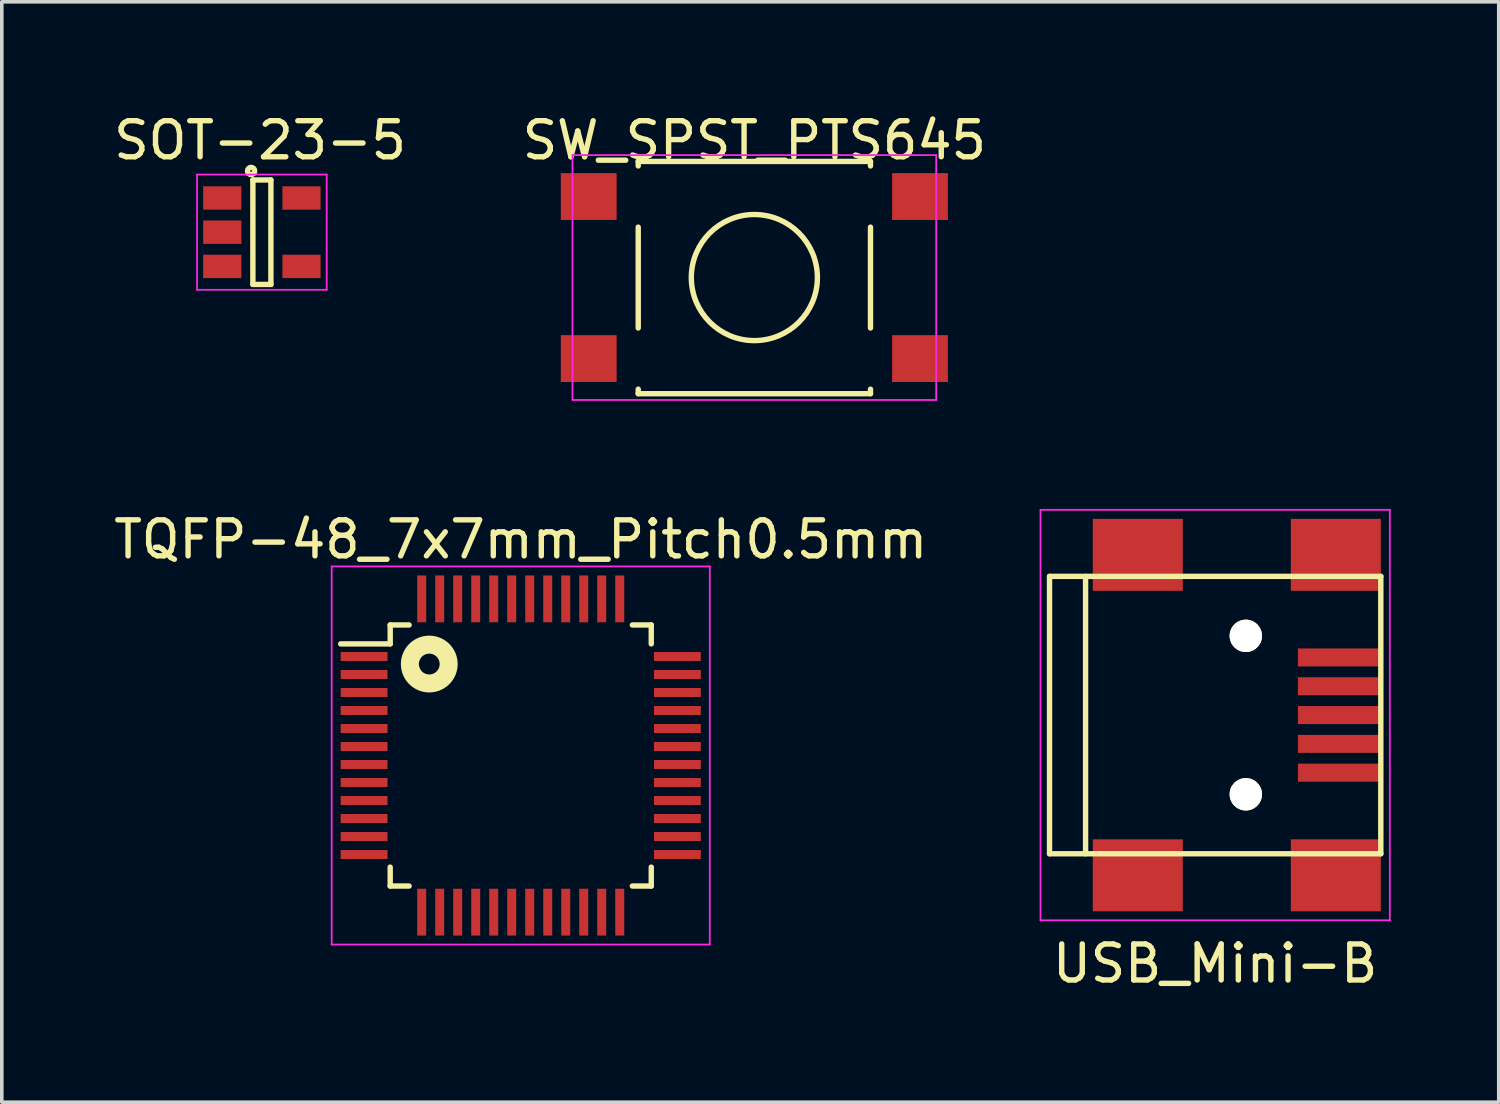
<source format=kicad_pcb>
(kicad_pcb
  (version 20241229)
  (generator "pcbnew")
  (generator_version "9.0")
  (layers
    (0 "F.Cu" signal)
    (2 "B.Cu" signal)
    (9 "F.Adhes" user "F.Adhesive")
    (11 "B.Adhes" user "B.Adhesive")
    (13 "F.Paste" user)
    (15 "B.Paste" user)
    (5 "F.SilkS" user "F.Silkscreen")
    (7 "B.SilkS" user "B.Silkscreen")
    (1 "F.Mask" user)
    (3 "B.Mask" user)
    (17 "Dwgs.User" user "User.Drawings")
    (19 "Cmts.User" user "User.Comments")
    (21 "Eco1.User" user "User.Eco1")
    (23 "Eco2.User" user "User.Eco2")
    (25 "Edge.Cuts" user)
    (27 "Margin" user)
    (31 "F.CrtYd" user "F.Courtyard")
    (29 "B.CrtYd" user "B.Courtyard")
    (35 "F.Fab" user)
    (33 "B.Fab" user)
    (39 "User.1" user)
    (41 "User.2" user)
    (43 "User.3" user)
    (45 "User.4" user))
  (footprint "TQFP-48_7x7mm_Pitch0.5mm"
    (layer "F.Cu")
    (at 11.411 17.931)
    (property "Reference" "TQFP-48_7x7mm_Pitch0.5mm" (at 0 -6 0) (layer "F.SilkS") (effects (font (size 1 1) (thickness 0.15))))
    (attr smd)
    (fp_line (start -3.625 -3.625) (end -3.625 -3.1) (stroke (width 0.15) (type solid)) (layer "F.SilkS"))
    (fp_line (start -3.625 -3.625) (end -3.1 -3.625) (stroke (width 0.15) (type solid)) (layer "F.SilkS"))
    (fp_line (start -3.625 -3.1) (end -5 -3.1) (stroke (width 0.15) (type solid)) (layer "F.SilkS"))
    (fp_line (start -3.625 3.625) (end -3.625 3.1) (stroke (width 0.15) (type solid)) (layer "F.SilkS"))
    (fp_line (start -3.625 3.625) (end -3.1 3.625) (stroke (width 0.15) (type solid)) (layer "F.SilkS"))
    (fp_line (start 3.625 -3.625) (end 3.1 -3.625) (stroke (width 0.15) (type solid)) (layer "F.SilkS"))
    (fp_line (start 3.625 -3.625) (end 3.625 -3.1) (stroke (width 0.15) (type solid)) (layer "F.SilkS"))
    (fp_line (start 3.625 3.625) (end 3.1 3.625) (stroke (width 0.15) (type solid)) (layer "F.SilkS"))
    (fp_line (start 3.625 3.625) (end 3.625 3.1) (stroke (width 0.15) (type solid)) (layer "F.SilkS"))
    (fp_circle (center -2.54 -2.54) (end -2.159 -2.159) (stroke (width 0.5) (type solid)) (fill no) (layer "F.SilkS"))
    (fp_line (start -5.25 -5.25) (end -5.25 5.25) (stroke (width 0.05) (type solid)) (layer "F.CrtYd"))
    (fp_line (start -5.25 -5.25) (end 5.25 -5.25) (stroke (width 0.05) (type solid)) (layer "F.CrtYd"))
    (fp_line (start -5.25 5.25) (end 5.25 5.25) (stroke (width 0.05) (type solid)) (layer "F.CrtYd"))
    (fp_line (start 5.25 -5.25) (end 5.25 5.25) (stroke (width 0.05) (type solid)) (layer "F.CrtYd"))
    (pad "1" smd rect (at -4.35 -2.75) (size 1.3 0.25) (layers "F.Cu" "F.Mask" "F.Paste"))
    (pad "2" smd rect (at -4.35 -2.25) (size 1.3 0.25) (layers "F.Cu" "F.Mask" "F.Paste"))
    (pad "3" smd rect (at -4.35 -1.75) (size 1.3 0.25) (layers "F.Cu" "F.Mask" "F.Paste"))
    (pad "4" smd rect (at -4.35 -1.25) (size 1.3 0.25) (layers "F.Cu" "F.Mask" "F.Paste"))
    (pad "5" smd rect (at -4.35 -0.75) (size 1.3 0.25) (layers "F.Cu" "F.Mask" "F.Paste"))
    (pad "6" smd rect (at -4.35 -0.25) (size 1.3 0.25) (layers "F.Cu" "F.Mask" "F.Paste"))
    (pad "7" smd rect (at -4.35 0.25) (size 1.3 0.25) (layers "F.Cu" "F.Mask" "F.Paste"))
    (pad "8" smd rect (at -4.35 0.75) (size 1.3 0.25) (layers "F.Cu" "F.Mask" "F.Paste"))
    (pad "9" smd rect (at -4.35 1.25) (size 1.3 0.25) (layers "F.Cu" "F.Mask" "F.Paste"))
    (pad "10" smd rect (at -4.35 1.75) (size 1.3 0.25) (layers "F.Cu" "F.Mask" "F.Paste"))
    (pad "11" smd rect (at -4.35 2.25) (size 1.3 0.25) (layers "F.Cu" "F.Mask" "F.Paste"))
    (pad "12" smd rect (at -4.35 2.75) (size 1.3 0.25) (layers "F.Cu" "F.Mask" "F.Paste"))
    (pad "13" smd rect (at -2.75 4.35 90) (size 1.3 0.25) (layers "F.Cu" "F.Mask" "F.Paste"))
    (pad "14" smd rect (at -2.25 4.35 90) (size 1.3 0.25) (layers "F.Cu" "F.Mask" "F.Paste"))
    (pad "15" smd rect (at -1.75 4.35 90) (size 1.3 0.25) (layers "F.Cu" "F.Mask" "F.Paste"))
    (pad "16" smd rect (at -1.25 4.35 90) (size 1.3 0.25) (layers "F.Cu" "F.Mask" "F.Paste"))
    (pad "17" smd rect (at -0.75 4.35 90) (size 1.3 0.25) (layers "F.Cu" "F.Mask" "F.Paste"))
    (pad "18" smd rect (at -0.25 4.35 90) (size 1.3 0.25) (layers "F.Cu" "F.Mask" "F.Paste"))
    (pad "19" smd rect (at 0.25 4.35 90) (size 1.3 0.25) (layers "F.Cu" "F.Mask" "F.Paste"))
    (pad "20" smd rect (at 0.75 4.35 90) (size 1.3 0.25) (layers "F.Cu" "F.Mask" "F.Paste"))
    (pad "21" smd rect (at 1.25 4.35 90) (size 1.3 0.25) (layers "F.Cu" "F.Mask" "F.Paste"))
    (pad "22" smd rect (at 1.75 4.35 90) (size 1.3 0.25) (layers "F.Cu" "F.Mask" "F.Paste"))
    (pad "23" smd rect (at 2.25 4.35 90) (size 1.3 0.25) (layers "F.Cu" "F.Mask" "F.Paste"))
    (pad "24" smd rect (at 2.75 4.35 90) (size 1.3 0.25) (layers "F.Cu" "F.Mask" "F.Paste"))
    (pad "25" smd rect (at 4.35 2.75) (size 1.3 0.25) (layers "F.Cu" "F.Mask" "F.Paste"))
    (pad "26" smd rect (at 4.35 2.25) (size 1.3 0.25) (layers "F.Cu" "F.Mask" "F.Paste"))
    (pad "27" smd rect (at 4.35 1.75) (size 1.3 0.25) (layers "F.Cu" "F.Mask" "F.Paste"))
    (pad "28" smd rect (at 4.35 1.25) (size 1.3 0.25) (layers "F.Cu" "F.Mask" "F.Paste"))
    (pad "29" smd rect (at 4.35 0.75) (size 1.3 0.25) (layers "F.Cu" "F.Mask" "F.Paste"))
    (pad "30" smd rect (at 4.35 0.25) (size 1.3 0.25) (layers "F.Cu" "F.Mask" "F.Paste"))
    (pad "31" smd rect (at 4.35 -0.25) (size 1.3 0.25) (layers "F.Cu" "F.Mask" "F.Paste"))
    (pad "32" smd rect (at 4.35 -0.75) (size 1.3 0.25) (layers "F.Cu" "F.Mask" "F.Paste"))
    (pad "33" smd rect (at 4.35 -1.25) (size 1.3 0.25) (layers "F.Cu" "F.Mask" "F.Paste"))
    (pad "34" smd rect (at 4.35 -1.75) (size 1.3 0.25) (layers "F.Cu" "F.Mask" "F.Paste"))
    (pad "35" smd rect (at 4.35 -2.25) (size 1.3 0.25) (layers "F.Cu" "F.Mask" "F.Paste"))
    (pad "36" smd rect (at 4.35 -2.75) (size 1.3 0.25) (layers "F.Cu" "F.Mask" "F.Paste"))
    (pad "37" smd rect (at 2.75 -4.35 90) (size 1.3 0.25) (layers "F.Cu" "F.Mask" "F.Paste"))
    (pad "38" smd rect (at 2.25 -4.35 90) (size 1.3 0.25) (layers "F.Cu" "F.Mask" "F.Paste"))
    (pad "39" smd rect (at 1.75 -4.35 90) (size 1.3 0.25) (layers "F.Cu" "F.Mask" "F.Paste"))
    (pad "40" smd rect (at 1.25 -4.35 90) (size 1.3 0.25) (layers "F.Cu" "F.Mask" "F.Paste"))
    (pad "41" smd rect (at 0.75 -4.35 90) (size 1.3 0.25) (layers "F.Cu" "F.Mask" "F.Paste"))
    (pad "42" smd rect (at 0.25 -4.35 90) (size 1.3 0.25) (layers "F.Cu" "F.Mask" "F.Paste"))
    (pad "43" smd rect (at -0.25 -4.35 90) (size 1.3 0.25) (layers "F.Cu" "F.Mask" "F.Paste"))
    (pad "44" smd rect (at -0.75 -4.35 90) (size 1.3 0.25) (layers "F.Cu" "F.Mask" "F.Paste"))
    (pad "45" smd rect (at -1.25 -4.35 90) (size 1.3 0.25) (layers "F.Cu" "F.Mask" "F.Paste"))
    (pad "46" smd rect (at -1.75 -4.35 90) (size 1.3 0.25) (layers "F.Cu" "F.Mask" "F.Paste"))
    (pad "47" smd rect (at -2.25 -4.35 90) (size 1.3 0.25) (layers "F.Cu" "F.Mask" "F.Paste"))
    (pad "48" smd rect (at -2.75 -4.35 90) (size 1.3 0.25) (layers "F.Cu" "F.Mask" "F.Paste")))
  (footprint "USB_Mini-B"
    (layer "F.Cu")
    (at 30.696 16.808)
    (property "Reference" "USB_Mini-B" (at 0 6.901 0) (layer "F.SilkS") (effects (font (size 1 1) (thickness 0.15))))
    (attr smd)
    (fp_line (start -4.6 -3.851) (end -4.6 3.851) (stroke (width 0.15) (type solid)) (layer "F.SilkS"))
    (fp_line (start -4.6 3.851) (end 4.6 3.851) (stroke (width 0.15) (type solid)) (layer "F.SilkS"))
    (fp_line (start -3.599 -3.851) (end -3.599 3.851) (stroke (width 0.15) (type solid)) (layer "F.SilkS"))
    (fp_line (start 4.6 -3.851) (end -4.6 -3.851) (stroke (width 0.15) (type solid)) (layer "F.SilkS"))
    (fp_line (start 4.6 3.851) (end 4.6 -3.851) (stroke (width 0.15) (type solid)) (layer "F.SilkS"))
    (fp_line (start -4.85 -5.7) (end 4.85 -5.7) (stroke (width 0.05) (type solid)) (layer "F.CrtYd"))
    (fp_line (start -4.85 5.7) (end -4.85 -5.7) (stroke (width 0.05) (type solid)) (layer "F.CrtYd"))
    (fp_line (start 4.85 -5.7) (end 4.85 5.7) (stroke (width 0.05) (type solid)) (layer "F.CrtYd"))
    (fp_line (start 4.85 5.7) (end -4.85 5.7) (stroke (width 0.05) (type solid)) (layer "F.CrtYd"))
    (pad "" np_thru_hole circle (at 0.851 -2.2) (size 0.899 0.899) (drill 0.899) (layers "*.Cu" "*.Mask" "F.SilkS"))
    (pad "" np_thru_hole circle (at 0.851 2.2) (size 0.899 0.899) (drill 0.899) (layers "*.Cu" "*.Mask" "F.SilkS"))
    (pad "1" smd rect (at 3.449 -1.6) (size 2.301 0.5) (layers "F.Cu" "F.Mask" "F.Paste"))
    (pad "2" smd rect (at 3.449 -0.8) (size 2.301 0.5) (layers "F.Cu" "F.Mask" "F.Paste"))
    (pad "3" smd rect (at 3.449 0) (size 2.301 0.5) (layers "F.Cu" "F.Mask" "F.Paste"))
    (pad "4" smd rect (at 3.449 0.8) (size 2.301 0.5) (layers "F.Cu" "F.Mask" "F.Paste"))
    (pad "5" smd rect (at 3.449 1.6) (size 2.301 0.5) (layers "F.Cu" "F.Mask" "F.Paste"))
    (pad "6" smd rect (at -2.149 -4.45) (size 2.499 1.999) (layers "F.Cu" "F.Mask" "F.Paste"))
    (pad "7" smd rect (at 3.35 -4.45) (size 2.499 1.999) (layers "F.Cu" "F.Mask" "F.Paste"))
    (pad "8" smd rect (at -2.149 4.45) (size 2.499 1.999) (layers "F.Cu" "F.Mask" "F.Paste"))
    (pad "9" smd rect (at 3.35 4.45) (size 2.499 1.999) (layers "F.Cu" "F.Mask" "F.Paste")))
  (footprint "SW_SPST_PTS645"
    (layer "F.Cu")
    (at 17.899 4.658)
    (property "Reference" "SW_SPST_PTS645" (at 0 -3.81 0) (layer "F.SilkS") (effects (font (size 1 1) (thickness 0.15))))
    (attr through_hole)
    (fp_line (start -3.225 -3.225) (end 3.225 -3.225) (stroke (width 0.15) (type solid)) (layer "F.SilkS"))
    (fp_line (start -3.225 -3.1) (end -3.225 -3.225) (stroke (width 0.15) (type solid)) (layer "F.SilkS"))
    (fp_line (start -3.225 -1.4) (end -3.225 1.4) (stroke (width 0.15) (type solid)) (layer "F.SilkS"))
    (fp_line (start -3.225 3.225) (end -3.225 3.1) (stroke (width 0.15) (type solid)) (layer "F.SilkS"))
    (fp_line (start -3.225 3.225) (end 3.225 3.225) (stroke (width 0.15) (type solid)) (layer "F.SilkS"))
    (fp_line (start 3.225 -3.225) (end 3.225 -3.1) (stroke (width 0.15) (type solid)) (layer "F.SilkS"))
    (fp_line (start 3.225 -1.4) (end 3.225 1.4) (stroke (width 0.15) (type solid)) (layer "F.SilkS"))
    (fp_line (start 3.225 3.225) (end 3.225 3.1) (stroke (width 0.15) (type solid)) (layer "F.SilkS"))
    (fp_circle (center 0 0) (end 1.75 -0.05) (stroke (width 0.15) (type solid)) (fill no) (layer "F.SilkS"))
    (fp_line (start -5.05 -3.4) (end -5.05 3.4) (stroke (width 0.05) (type solid)) (layer "F.CrtYd"))
    (fp_line (start -5.05 -3.4) (end 5.05 -3.4) (stroke (width 0.05) (type solid)) (layer "F.CrtYd"))
    (fp_line (start -5.05 3.4) (end 5.05 3.4) (stroke (width 0.05) (type solid)) (layer "F.CrtYd"))
    (fp_line (start 5.05 3.4) (end 5.05 -3.4) (stroke (width 0.05) (type solid)) (layer "F.CrtYd"))
    (pad "1" smd rect (at -4.6 -2.25) (size 1.55 1.3) (layers "F.Cu" "F.Mask" "F.Paste"))
    (pad "1" smd rect (at 4.6 -2.25) (size 1.55 1.3) (layers "F.Cu" "F.Mask" "F.Paste"))
    (pad "2" smd rect (at -4.6 2.25) (size 1.55 1.3) (layers "F.Cu" "F.Mask" "F.Paste"))
    (pad "2" smd rect (at 4.6 2.25) (size 1.55 1.3) (layers "F.Cu" "F.Mask" "F.Paste")))
  (footprint "SOT-23-5"
    (layer "F.Cu")
    (at 4.223 3.398)
    (property "Reference" "SOT-23-5" (at -0.05 -2.55 0) (layer "F.SilkS") (effects (font (size 1 1) (thickness 0.15))))
    (attr smd)
    (fp_line (start -0.25 -1.45) (end -0.25 1.45) (stroke (width 0.15) (type solid)) (layer "F.SilkS"))
    (fp_line (start -0.25 1.45) (end 0.25 1.45) (stroke (width 0.15) (type solid)) (layer "F.SilkS"))
    (fp_line (start 0.25 -1.45) (end -0.25 -1.45) (stroke (width 0.15) (type solid)) (layer "F.SilkS"))
    (fp_line (start 0.25 1.45) (end 0.25 -1.45) (stroke (width 0.15) (type solid)) (layer "F.SilkS"))
    (fp_circle (center -0.3 -1.7) (end -0.2 -1.7) (stroke (width 0.15) (type solid)) (fill no) (layer "F.SilkS"))
    (fp_line (start -1.8 -1.6) (end 1.8 -1.6) (stroke (width 0.05) (type solid)) (layer "F.CrtYd"))
    (fp_line (start -1.8 1.6) (end -1.8 -1.6) (stroke (width 0.05) (type solid)) (layer "F.CrtYd"))
    (fp_line (start 1.8 -1.6) (end 1.8 1.6) (stroke (width 0.05) (type solid)) (layer "F.CrtYd"))
    (fp_line (start 1.8 1.6) (end -1.8 1.6) (stroke (width 0.05) (type solid)) (layer "F.CrtYd"))
    (pad "1" smd rect (at -1.1 -0.95) (size 1.06 0.65) (layers "F.Cu" "F.Mask" "F.Paste"))
    (pad "2" smd rect (at -1.1 0) (size 1.06 0.65) (layers "F.Cu" "F.Mask" "F.Paste"))
    (pad "3" smd rect (at -1.1 0.95) (size 1.06 0.65) (layers "F.Cu" "F.Mask" "F.Paste"))
    (pad "4" smd rect (at 1.1 0.95) (size 1.06 0.65) (layers "F.Cu" "F.Mask" "F.Paste"))
    (pad "5" smd rect (at 1.1 -0.95) (size 1.06 0.65) (layers "F.Cu" "F.Mask" "F.Paste")))
  (gr_rect
    (start -3 -3)
    (end 38.571 27.558)
    (stroke (width 0.1) (type default))
    (fill no)
    (layer "Edge.Cuts")))
</source>
